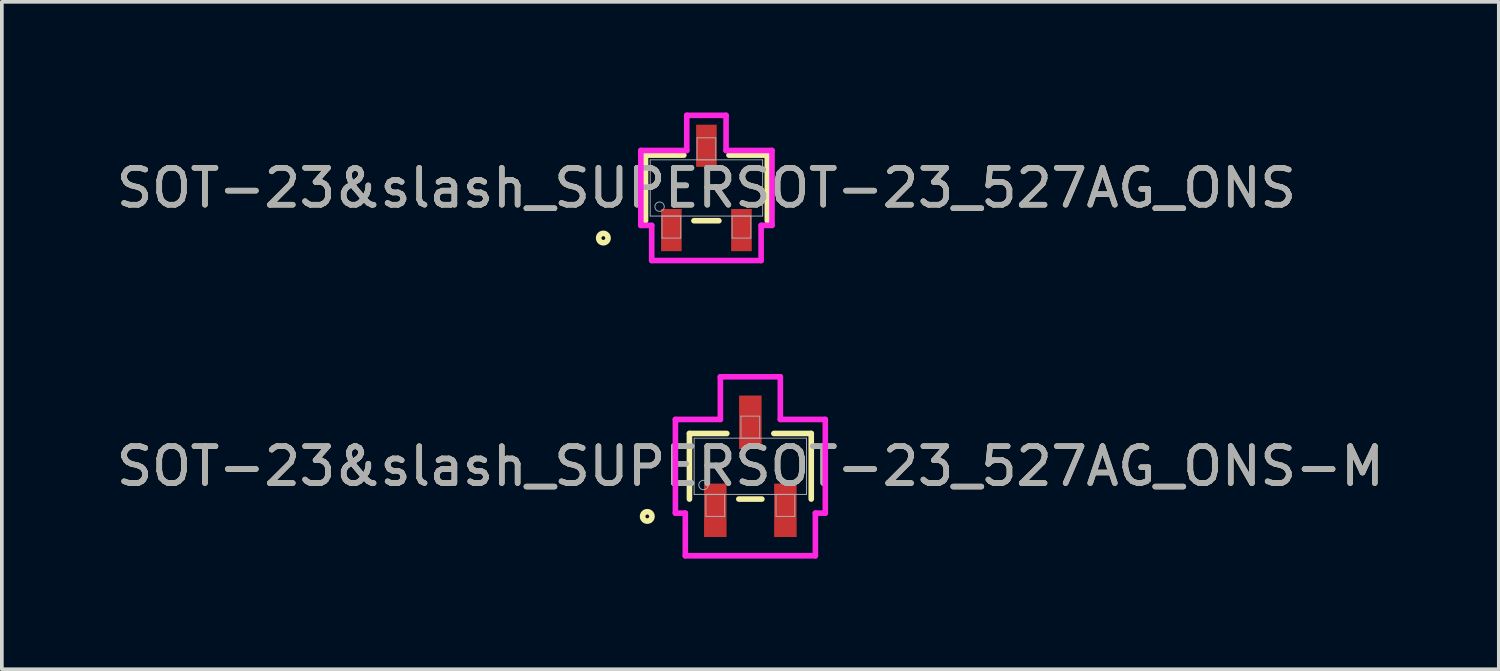
<source format=kicad_pcb>
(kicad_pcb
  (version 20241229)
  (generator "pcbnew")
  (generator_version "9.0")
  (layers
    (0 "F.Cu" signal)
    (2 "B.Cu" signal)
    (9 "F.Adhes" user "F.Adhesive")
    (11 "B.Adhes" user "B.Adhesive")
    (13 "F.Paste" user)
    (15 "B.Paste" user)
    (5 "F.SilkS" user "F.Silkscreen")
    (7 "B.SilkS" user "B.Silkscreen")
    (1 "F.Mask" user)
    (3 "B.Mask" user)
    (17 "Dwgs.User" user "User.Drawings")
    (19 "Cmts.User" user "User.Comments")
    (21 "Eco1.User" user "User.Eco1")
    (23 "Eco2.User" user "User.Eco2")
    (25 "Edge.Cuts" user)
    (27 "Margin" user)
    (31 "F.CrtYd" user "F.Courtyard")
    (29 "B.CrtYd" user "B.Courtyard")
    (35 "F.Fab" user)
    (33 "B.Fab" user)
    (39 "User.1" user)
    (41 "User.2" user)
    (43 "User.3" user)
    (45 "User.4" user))
  (footprint "SOT-23&slash_SUPERSOT-23_527AG_ONS"
    (layer "F.Cu")
    (at 16.101 2.045)
    (property "Reference" "SOT-23&slash_SUPERSOT-23_527AG_ONS" (at 0 0 0) (unlocked yes) (layer "F.SilkS") (effects (font (size 1 1) (thickness 0.15))))
    (attr smd)
    (fp_line (start -1.651 -0.889) (end -1.651 0.889) (stroke (width 0.152) (type solid)) (layer "F.SilkS"))
    (fp_line (start -0.612 -0.889) (end -1.651 -0.889) (stroke (width 0.152) (type solid)) (layer "F.SilkS"))
    (fp_line (start -0.338 0.889) (end 0.338 0.889) (stroke (width 0.152) (type solid)) (layer "F.SilkS"))
    (fp_line (start 1.651 -0.889) (end 0.612 -0.889) (stroke (width 0.152) (type solid)) (layer "F.SilkS"))
    (fp_line (start 1.651 0.889) (end 1.651 -0.889) (stroke (width 0.152) (type solid)) (layer "F.SilkS"))
    (fp_circle (center -2.794 1.359) (end -2.667 1.359) (stroke (width 0.152) (type solid)) (fill no) (layer "F.SilkS"))
    (fp_line (start -1.778 -1.016) (end -0.533 -1.016) (stroke (width 0.152) (type solid)) (layer "F.CrtYd"))
    (fp_line (start -1.778 1.016) (end -1.778 -1.016) (stroke (width 0.152) (type solid)) (layer "F.CrtYd"))
    (fp_line (start -1.778 1.016) (end -1.483 1.016) (stroke (width 0.152) (type solid)) (layer "F.CrtYd"))
    (fp_line (start -1.483 1.016) (end -1.483 1.968) (stroke (width 0.152) (type solid)) (layer "F.CrtYd"))
    (fp_line (start -1.483 1.968) (end 1.483 1.968) (stroke (width 0.152) (type solid)) (layer "F.CrtYd"))
    (fp_line (start -0.533 -1.968) (end 0.533 -1.968) (stroke (width 0.152) (type solid)) (layer "F.CrtYd"))
    (fp_line (start -0.533 -1.016) (end -0.533 -1.968) (stroke (width 0.152) (type solid)) (layer "F.CrtYd"))
    (fp_line (start 0.533 -1.016) (end 0.533 -1.968) (stroke (width 0.152) (type solid)) (layer "F.CrtYd"))
    (fp_line (start 1.483 1.016) (end 1.483 1.968) (stroke (width 0.152) (type solid)) (layer "F.CrtYd"))
    (fp_line (start 1.778 -1.016) (end 0.533 -1.016) (stroke (width 0.152) (type solid)) (layer "F.CrtYd"))
    (fp_line (start 1.778 -1.016) (end 1.778 1.016) (stroke (width 0.152) (type solid)) (layer "F.CrtYd"))
    (fp_line (start 1.778 1.016) (end 1.483 1.016) (stroke (width 0.152) (type solid)) (layer "F.CrtYd"))
    (fp_line (start -1.524 -0.762) (end -1.524 0.762) (stroke (width 0.025) (type solid)) (layer "F.Fab"))
    (fp_line (start -1.524 0.762) (end 1.524 0.762) (stroke (width 0.025) (type solid)) (layer "F.Fab"))
    (fp_line (start -1.204 0.762) (end -1.204 1.359) (stroke (width 0.025) (type solid)) (layer "F.Fab"))
    (fp_line (start -1.204 1.359) (end -0.696 1.359) (stroke (width 0.025) (type solid)) (layer "F.Fab"))
    (fp_line (start -0.696 0.762) (end -1.204 0.762) (stroke (width 0.025) (type solid)) (layer "F.Fab"))
    (fp_line (start -0.696 1.359) (end -0.696 0.762) (stroke (width 0.025) (type solid)) (layer "F.Fab"))
    (fp_line (start -0.254 -1.359) (end -0.254 -0.762) (stroke (width 0.025) (type solid)) (layer "F.Fab"))
    (fp_line (start -0.254 -0.762) (end 0.254 -0.762) (stroke (width 0.025) (type solid)) (layer "F.Fab"))
    (fp_line (start 0.254 -1.359) (end -0.254 -1.359) (stroke (width 0.025) (type solid)) (layer "F.Fab"))
    (fp_line (start 0.254 -0.762) (end 0.254 -1.359) (stroke (width 0.025) (type solid)) (layer "F.Fab"))
    (fp_line (start 0.696 0.762) (end 0.696 1.359) (stroke (width 0.025) (type solid)) (layer "F.Fab"))
    (fp_line (start 0.696 1.359) (end 1.204 1.359) (stroke (width 0.025) (type solid)) (layer "F.Fab"))
    (fp_line (start 1.204 0.762) (end 0.696 0.762) (stroke (width 0.025) (type solid)) (layer "F.Fab"))
    (fp_line (start 1.204 1.359) (end 1.204 0.762) (stroke (width 0.025) (type solid)) (layer "F.Fab"))
    (fp_line (start 1.524 -0.762) (end -1.524 -0.762) (stroke (width 0.025) (type solid)) (layer "F.Fab"))
    (fp_line (start 1.524 0.762) (end 1.524 -0.762) (stroke (width 0.025) (type solid)) (layer "F.Fab"))
    (fp_circle (center -1.27 0.508) (end -1.143 0.508) (stroke (width 0.025) (type solid)) (fill no) (layer "F.Fab"))
    (fp_text user "${REFERENCE}" (at 0 0 0) (unlocked yes) (layer "F.Fab") (effects (font (size 1 1) (thickness 0.15))))
    (pad "1" smd rect (at -0.95 1.143) (size 0.559 1.143) (layers "F.Cu" "F.Mask" "F.Paste"))
    (pad "2" smd rect (at 0.95 1.143) (size 0.559 1.143) (layers "F.Cu" "F.Mask" "F.Paste"))
    (pad "3" smd rect (at 0 -1.143) (size 0.559 1.143) (layers "F.Cu" "F.Mask" "F.Paste")))
  (footprint "SOT-23&slash_SUPERSOT-23_527AG_ONS-M"
    (layer "F.Cu")
    (at 17.292 9.591)
    (property "Reference" "SOT-23&slash_SUPERSOT-23_527AG_ONS-M" (at 0 0 0) (unlocked yes) (layer "F.SilkS") (effects (font (size 1 1) (thickness 0.15))))
    (attr smd)
    (fp_line (start -1.651 -0.889) (end -1.651 0.889) (stroke (width 0.152) (type solid)) (layer "F.SilkS"))
    (fp_line (start -0.638 -0.889) (end -1.651 -0.889) (stroke (width 0.152) (type solid)) (layer "F.SilkS"))
    (fp_line (start -0.312 0.889) (end 0.312 0.889) (stroke (width 0.152) (type solid)) (layer "F.SilkS"))
    (fp_line (start 1.651 -0.889) (end 0.638 -0.889) (stroke (width 0.152) (type solid)) (layer "F.SilkS"))
    (fp_line (start 1.651 0.889) (end 1.651 -0.889) (stroke (width 0.152) (type solid)) (layer "F.SilkS"))
    (fp_circle (center -2.794 1.359) (end -2.667 1.359) (stroke (width 0.152) (type solid)) (fill no) (layer "F.SilkS"))
    (fp_line (start -2.032 -1.27) (end -0.813 -1.27) (stroke (width 0.152) (type solid)) (layer "F.CrtYd"))
    (fp_line (start -2.032 1.27) (end -2.032 -1.27) (stroke (width 0.152) (type solid)) (layer "F.CrtYd"))
    (fp_line (start -2.032 1.27) (end -1.763 1.27) (stroke (width 0.152) (type solid)) (layer "F.CrtYd"))
    (fp_line (start -1.763 1.27) (end -1.763 2.426) (stroke (width 0.152) (type solid)) (layer "F.CrtYd"))
    (fp_line (start -1.763 2.426) (end 1.763 2.426) (stroke (width 0.152) (type solid)) (layer "F.CrtYd"))
    (fp_line (start -0.813 -2.426) (end 0.813 -2.426) (stroke (width 0.152) (type solid)) (layer "F.CrtYd"))
    (fp_line (start -0.813 -1.27) (end -0.813 -2.426) (stroke (width 0.152) (type solid)) (layer "F.CrtYd"))
    (fp_line (start 0.813 -1.27) (end 0.813 -2.426) (stroke (width 0.152) (type solid)) (layer "F.CrtYd"))
    (fp_line (start 1.763 1.27) (end 1.763 2.426) (stroke (width 0.152) (type solid)) (layer "F.CrtYd"))
    (fp_line (start 2.032 -1.27) (end 0.813 -1.27) (stroke (width 0.152) (type solid)) (layer "F.CrtYd"))
    (fp_line (start 2.032 -1.27) (end 2.032 1.27) (stroke (width 0.152) (type solid)) (layer "F.CrtYd"))
    (fp_line (start 2.032 1.27) (end 1.763 1.27) (stroke (width 0.152) (type solid)) (layer "F.CrtYd"))
    (fp_line (start -1.524 -0.762) (end -1.524 0.762) (stroke (width 0.025) (type solid)) (layer "F.Fab"))
    (fp_line (start -1.524 0.762) (end 1.524 0.762) (stroke (width 0.025) (type solid)) (layer "F.Fab"))
    (fp_line (start -1.204 0.762) (end -1.204 1.359) (stroke (width 0.025) (type solid)) (layer "F.Fab"))
    (fp_line (start -1.204 1.359) (end -0.696 1.359) (stroke (width 0.025) (type solid)) (layer "F.Fab"))
    (fp_line (start -0.696 0.762) (end -1.204 0.762) (stroke (width 0.025) (type solid)) (layer "F.Fab"))
    (fp_line (start -0.696 1.359) (end -0.696 0.762) (stroke (width 0.025) (type solid)) (layer "F.Fab"))
    (fp_line (start -0.254 -1.359) (end -0.254 -0.762) (stroke (width 0.025) (type solid)) (layer "F.Fab"))
    (fp_line (start -0.254 -0.762) (end 0.254 -0.762) (stroke (width 0.025) (type solid)) (layer "F.Fab"))
    (fp_line (start 0.254 -1.359) (end -0.254 -1.359) (stroke (width 0.025) (type solid)) (layer "F.Fab"))
    (fp_line (start 0.254 -0.762) (end 0.254 -1.359) (stroke (width 0.025) (type solid)) (layer "F.Fab"))
    (fp_line (start 0.696 0.762) (end 0.696 1.359) (stroke (width 0.025) (type solid)) (layer "F.Fab"))
    (fp_line (start 0.696 1.359) (end 1.204 1.359) (stroke (width 0.025) (type solid)) (layer "F.Fab"))
    (fp_line (start 1.204 0.762) (end 0.696 0.762) (stroke (width 0.025) (type solid)) (layer "F.Fab"))
    (fp_line (start 1.204 1.359) (end 1.204 0.762) (stroke (width 0.025) (type solid)) (layer "F.Fab"))
    (fp_line (start 1.524 -0.762) (end -1.524 -0.762) (stroke (width 0.025) (type solid)) (layer "F.Fab"))
    (fp_line (start 1.524 0.762) (end 1.524 -0.762) (stroke (width 0.025) (type solid)) (layer "F.Fab"))
    (fp_circle (center -1.27 0.508) (end -1.143 0.508) (stroke (width 0.025) (type solid)) (fill no) (layer "F.Fab"))
    (fp_text user "${REFERENCE}" (at 0 0 0) (unlocked yes) (layer "F.Fab") (effects (font (size 1 1) (thickness 0.15))))
    (pad "1" smd rect (at -0.95 1.194) (size 0.61 1.448) (layers "F.Cu" "F.Mask" "F.Paste"))
    (pad "2" smd rect (at 0.95 1.194) (size 0.61 1.448) (layers "F.Cu" "F.Mask" "F.Paste"))
    (pad "3" smd rect (at 0 -1.194) (size 0.61 1.448) (layers "F.Cu" "F.Mask" "F.Paste")))
  (gr_rect
    (start -3 -3)
    (end 37.583 15.093)
    (stroke (width 0.1) (type default))
    (fill no)
    (layer "Edge.Cuts")))
</source>
